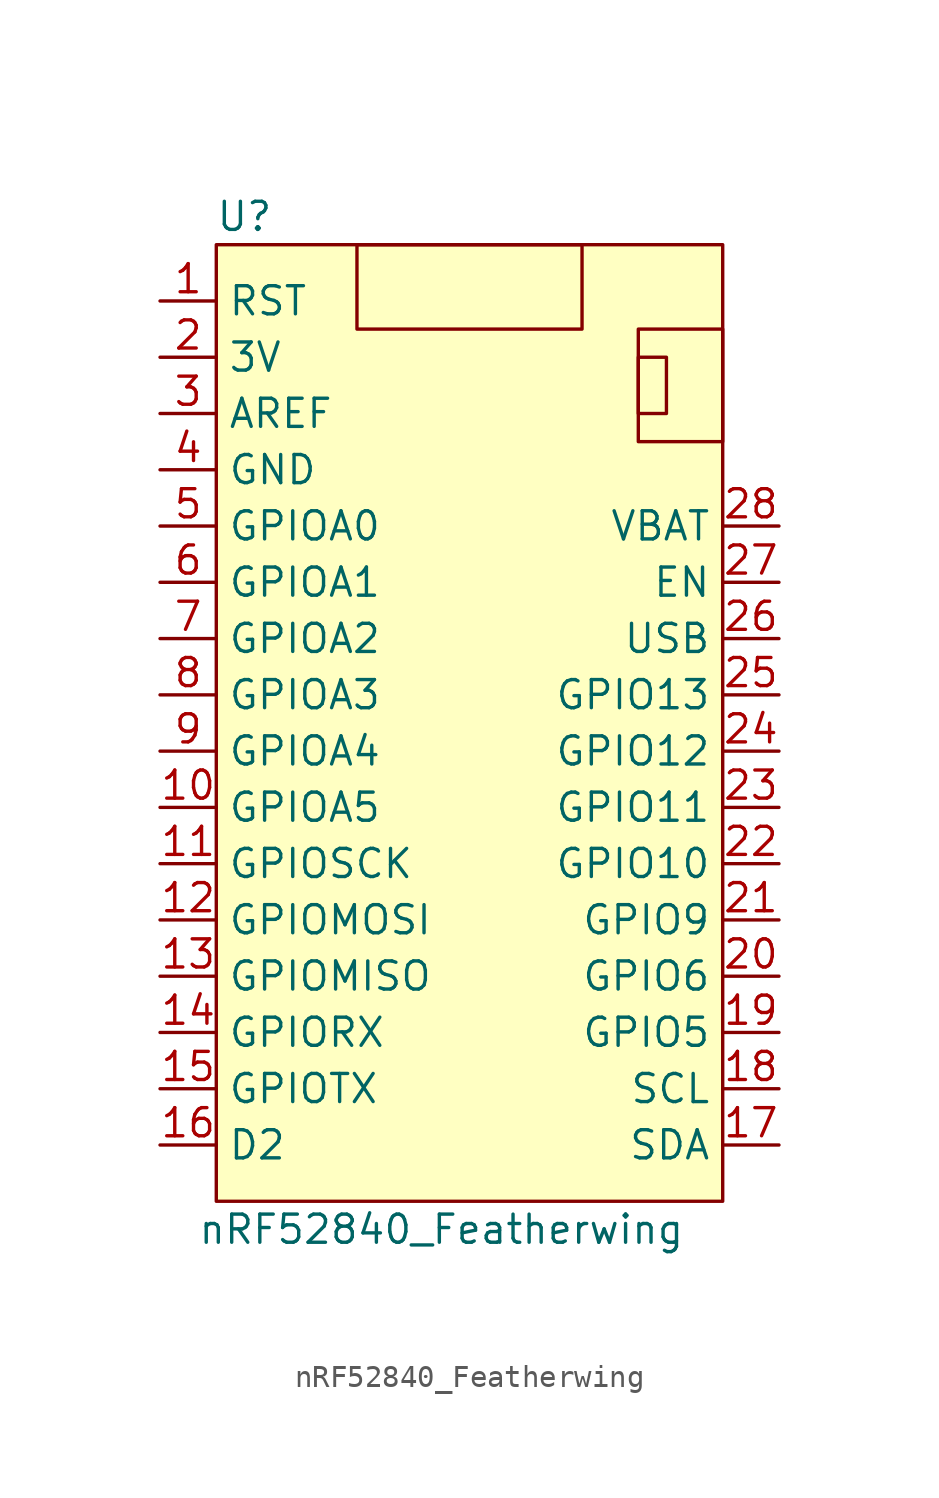
<source format=kicad_sym>
(kicad_symbol_lib
  (version 20211014)
  (generator kicad_symbol_editor)
  (symbol "nRF52840_Featherwing"
    (property "Reference" "U"
      (at -10.16 25.4 0)
      (effects (font (size 1.27 1.27))))
    (property "Value" "nRF52840_Featherwing"
      (at -1.27 -20.32 0)
      (effects (font (size 1.27 1.27))))
    (symbol "nRF52840_Featherwing_0_1"
      (rectangle (start -11.43 24.13) (end 11.43 -19.05) (stroke (width 0) (type default) (color 0 0 0 0)) (fill (type background)))
      (rectangle (start -5.08 24.13) (end 5.08 20.32) (stroke (width 0) (type default) (color 0 0 0 0)) (fill (type none)))
      (rectangle (start 7.62 19.05) (end 8.89 16.51) (stroke (width 0) (type default) (color 0 0 0 0)) (fill (type none)))
      (rectangle (start 11.43 20.32) (end 7.62 15.24) (stroke (width 0) (type default) (color 0 0 0 0)) (fill (type none))))
    (symbol "nRF52840_Featherwing_1_1"
      (pin input line (at -13.97 21.59 0) (length 2.54) (name "RST" (effects (font (size 1.27 1.27)))) (number "1" (effects (font (size 1.27 1.27)))))
      (pin bidirectional line (at -13.97 -1.27 0) (length 2.54) (name "GPIOA5" (effects (font (size 1.27 1.27)))) (number "10" (effects (font (size 1.27 1.27)))))
      (pin bidirectional line (at -13.97 -3.81 0) (length 2.54) (name "GPIOSCK" (effects (font (size 1.27 1.27)))) (number "11" (effects (font (size 1.27 1.27)))))
      (pin bidirectional line (at -13.97 -6.35 0) (length 2.54) (name "GPIOMOSI" (effects (font (size 1.27 1.27)))) (number "12" (effects (font (size 1.27 1.27)))))
      (pin bidirectional line (at -13.97 -8.89 0) (length 2.54) (name "GPIOMISO" (effects (font (size 1.27 1.27)))) (number "13" (effects (font (size 1.27 1.27)))))
      (pin bidirectional line (at -13.97 -11.43 0) (length 2.54) (name "GPIORX" (effects (font (size 1.27 1.27)))) (number "14" (effects (font (size 1.27 1.27)))))
      (pin bidirectional line (at -13.97 -13.97 0) (length 2.54) (name "GPIOTX" (effects (font (size 1.27 1.27)))) (number "15" (effects (font (size 1.27 1.27)))))
      (pin bidirectional line (at -13.97 -16.51 0) (length 2.54) (name "D2" (effects (font (size 1.27 1.27)))) (number "16" (effects (font (size 1.27 1.27)))))
      (pin bidirectional line (at 13.97 -16.51 180) (length 2.54) (name "SDA" (effects (font (size 1.27 1.27)))) (number "17" (effects (font (size 1.27 1.27)))))
      (pin bidirectional line (at 13.97 -13.97 180) (length 2.54) (name "SCL" (effects (font (size 1.27 1.27)))) (number "18" (effects (font (size 1.27 1.27)))))
      (pin bidirectional line (at 13.97 -11.43 180) (length 2.54) (name "GPIO5" (effects (font (size 1.27 1.27)))) (number "19" (effects (font (size 1.27 1.27)))))
      (pin power_out line (at -13.97 19.05 0) (length 2.54) (name "3V" (effects (font (size 1.27 1.27)))) (number "2" (effects (font (size 1.27 1.27)))))
      (pin bidirectional line (at 13.97 -8.89 180) (length 2.54) (name "GPIO6" (effects (font (size 1.27 1.27)))) (number "20" (effects (font (size 1.27 1.27)))))
      (pin bidirectional line (at 13.97 -6.35 180) (length 2.54) (name "GPIO9" (effects (font (size 1.27 1.27)))) (number "21" (effects (font (size 1.27 1.27)))))
      (pin bidirectional line (at 13.97 -3.81 180) (length 2.54) (name "GPIO10" (effects (font (size 1.27 1.27)))) (number "22" (effects (font (size 1.27 1.27)))))
      (pin bidirectional line (at 13.97 -1.27 180) (length 2.54) (name "GPIO11" (effects (font (size 1.27 1.27)))) (number "23" (effects (font (size 1.27 1.27)))))
      (pin bidirectional line (at 13.97 1.27 180) (length 2.54) (name "GPIO12" (effects (font (size 1.27 1.27)))) (number "24" (effects (font (size 1.27 1.27)))))
      (pin bidirectional line (at 13.97 3.81 180) (length 2.54) (name "GPIO13" (effects (font (size 1.27 1.27)))) (number "25" (effects (font (size 1.27 1.27)))))
      (pin power_out line (at 13.97 6.35 180) (length 2.54) (name "USB" (effects (font (size 1.27 1.27)))) (number "26" (effects (font (size 1.27 1.27)))))
      (pin input line (at 13.97 8.89 180) (length 2.54) (name "EN" (effects (font (size 1.27 1.27)))) (number "27" (effects (font (size 1.27 1.27)))))
      (pin power_in line (at 13.97 11.43 180) (length 2.54) (name "VBAT" (effects (font (size 1.27 1.27)))) (number "28" (effects (font (size 1.27 1.27)))))
      (pin input line (at -13.97 16.51 0) (length 2.54) (name "AREF" (effects (font (size 1.27 1.27)))) (number "3" (effects (font (size 1.27 1.27)))))
      (pin power_out line (at -13.97 13.97 0) (length 2.54) (name "GND" (effects (font (size 1.27 1.27)))) (number "4" (effects (font (size 1.27 1.27)))))
      (pin bidirectional line (at -13.97 11.43 0) (length 2.54) (name "GPIOA0" (effects (font (size 1.27 1.27)))) (number "5" (effects (font (size 1.27 1.27)))))
      (pin bidirectional line (at -13.97 8.89 0) (length 2.54) (name "GPIOA1" (effects (font (size 1.27 1.27)))) (number "6" (effects (font (size 1.27 1.27)))))
      (pin bidirectional line (at -13.97 6.35 0) (length 2.54) (name "GPIOA2" (effects (font (size 1.27 1.27)))) (number "7" (effects (font (size 1.27 1.27)))))
      (pin bidirectional line (at -13.97 3.81 0) (length 2.54) (name "GPIOA3" (effects (font (size 1.27 1.27)))) (number "8" (effects (font (size 1.27 1.27)))))
      (pin bidirectional line (at -13.97 1.27 0) (length 2.54) (name "GPIOA4" (effects (font (size 1.27 1.27)))) (number "9" (effects (font (size 1.27 1.27))))))))
</source>
